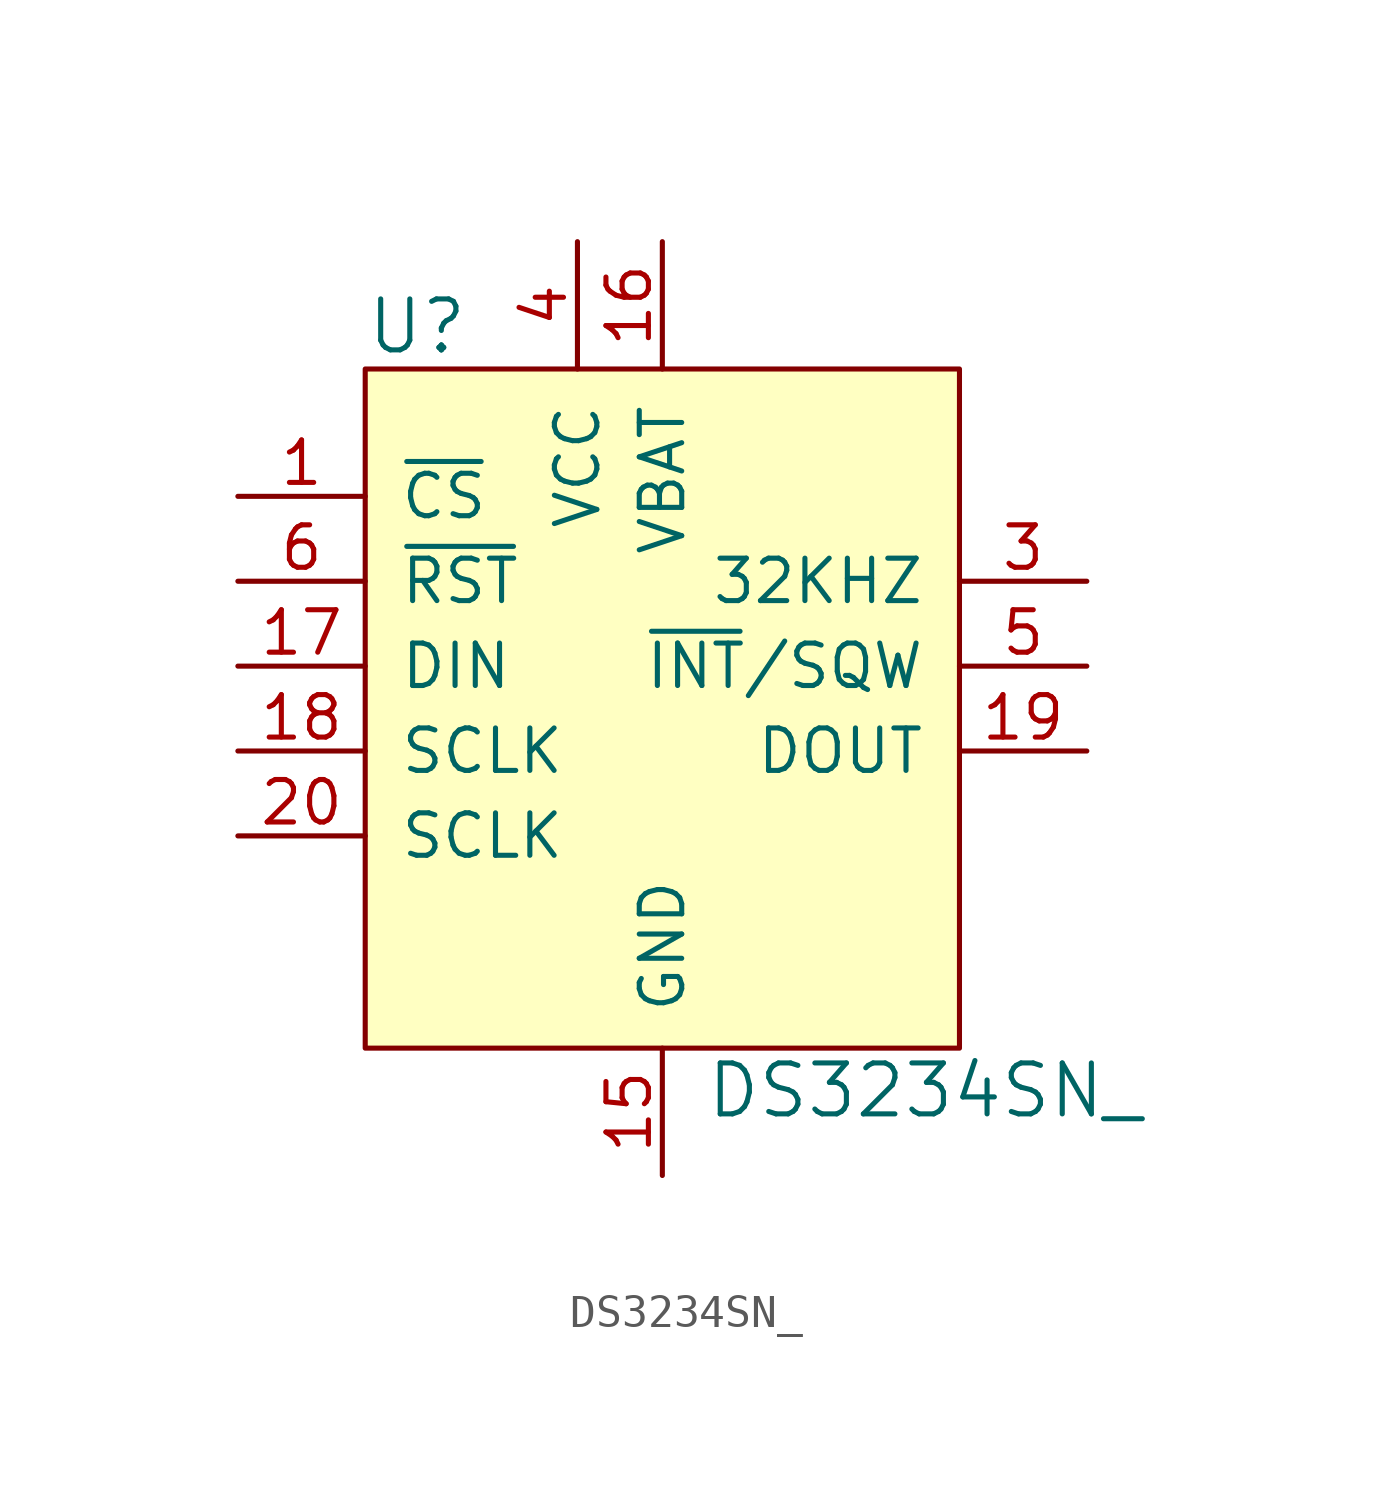
<source format=kicad_sym>
(kicad_symbol_lib
  (version 20220914)
  (generator kicad_symbol_editor)
  (symbol "DS3234SN_"
    (pin_names
      (offset 1.016))
    (property "Reference" "U"
      (at -8.89 10.16 0)
      (effects (font (size 1.524 1.524)) (justify left)))
    (property "Value" "DS3234SN_"
      (at 1.27 -12.7 0)
      (effects (font (size 1.524 1.524)) (justify left)))
    (symbol "DS3234SN__1_1"
      (rectangle (start -8.89 8.89) (end 8.89 -11.43) (stroke (width 0) (type default)) (fill (type background)))
      (pin input line (at -12.7 5.08 0) (length 3.81) (name "~{CS}" (effects (font (size 1.27 1.27)))) (number "1" (effects (font (size 1.27 1.27)))))
      (pin no_connect line (at 2.54 -11.43 90) (length 0) hide (name "NC" (effects (font (size 1.27 1.27)))) (number "10" (effects (font (size 1.27 1.27)))))
      (pin no_connect line (at 8.89 -10.16 180) (length 0) hide (name "NC" (effects (font (size 1.27 1.27)))) (number "11" (effects (font (size 1.27 1.27)))))
      (pin no_connect line (at 8.89 -7.62 180) (length 0) hide (name "NC" (effects (font (size 1.27 1.27)))) (number "12" (effects (font (size 1.27 1.27)))))
      (pin no_connect line (at 8.89 -5.08 180) (length 0) hide (name "NC" (effects (font (size 1.27 1.27)))) (number "13" (effects (font (size 1.27 1.27)))))
      (pin no_connect line (at 8.89 5.08 180) (length 0) hide (name "NC" (effects (font (size 1.27 1.27)))) (number "14" (effects (font (size 1.27 1.27)))))
      (pin power_in line (at 0 -15.24 90) (length 3.81) (name "GND" (effects (font (size 1.27 1.27)))) (number "15" (effects (font (size 1.27 1.27)))))
      (pin power_in line (at 0 12.7 270) (length 3.81) (name "VBAT" (effects (font (size 1.27 1.27)))) (number "16" (effects (font (size 1.27 1.27)))))
      (pin input line (at -12.7 0 0) (length 3.81) (name "DIN" (effects (font (size 1.27 1.27)))) (number "17" (effects (font (size 1.27 1.27)))))
      (pin input line (at -12.7 -2.54 0) (length 3.81) (name "SCLK" (effects (font (size 1.27 1.27)))) (number "18" (effects (font (size 1.27 1.27)))))
      (pin output line (at 12.7 -2.54 180) (length 3.81) (name "DOUT" (effects (font (size 1.27 1.27)))) (number "19" (effects (font (size 1.27 1.27)))))
      (pin no_connect line (at -8.89 7.62 0) (length 0) hide (name "NC" (effects (font (size 1.27 1.27)))) (number "2" (effects (font (size 1.27 1.27)))))
      (pin input line (at -12.7 -5.08 0) (length 3.81) (name "SCLK" (effects (font (size 1.27 1.27)))) (number "20" (effects (font (size 1.27 1.27)))))
      (pin output line (at 12.7 2.54 180) (length 3.81) (name "32KHZ" (effects (font (size 1.27 1.27)))) (number "3" (effects (font (size 1.27 1.27)))))
      (pin power_in line (at -2.54 12.7 270) (length 3.81) (name "VCC" (effects (font (size 1.27 1.27)))) (number "4" (effects (font (size 1.27 1.27)))))
      (pin output line (at 12.7 0 180) (length 3.81) (name "~{INT}/SQW" (effects (font (size 1.27 1.27)))) (number "5" (effects (font (size 1.27 1.27)))))
      (pin bidirectional line (at -12.7 2.54 0) (length 3.81) (name "~{RST}" (effects (font (size 1.27 1.27)))) (number "6" (effects (font (size 1.27 1.27)))))
      (pin no_connect line (at -8.89 -7.62 0) (length 0) hide (name "NC" (effects (font (size 1.27 1.27)))) (number "7" (effects (font (size 1.27 1.27)))))
      (pin no_connect line (at -8.89 -10.16 0) (length 0) hide (name "NC" (effects (font (size 1.27 1.27)))) (number "8" (effects (font (size 1.27 1.27)))))
      (pin no_connect line (at -2.54 -11.43 90) (length 0) hide (name "NC" (effects (font (size 1.27 1.27)))) (number "9" (effects (font (size 1.27 1.27))))))))
</source>
